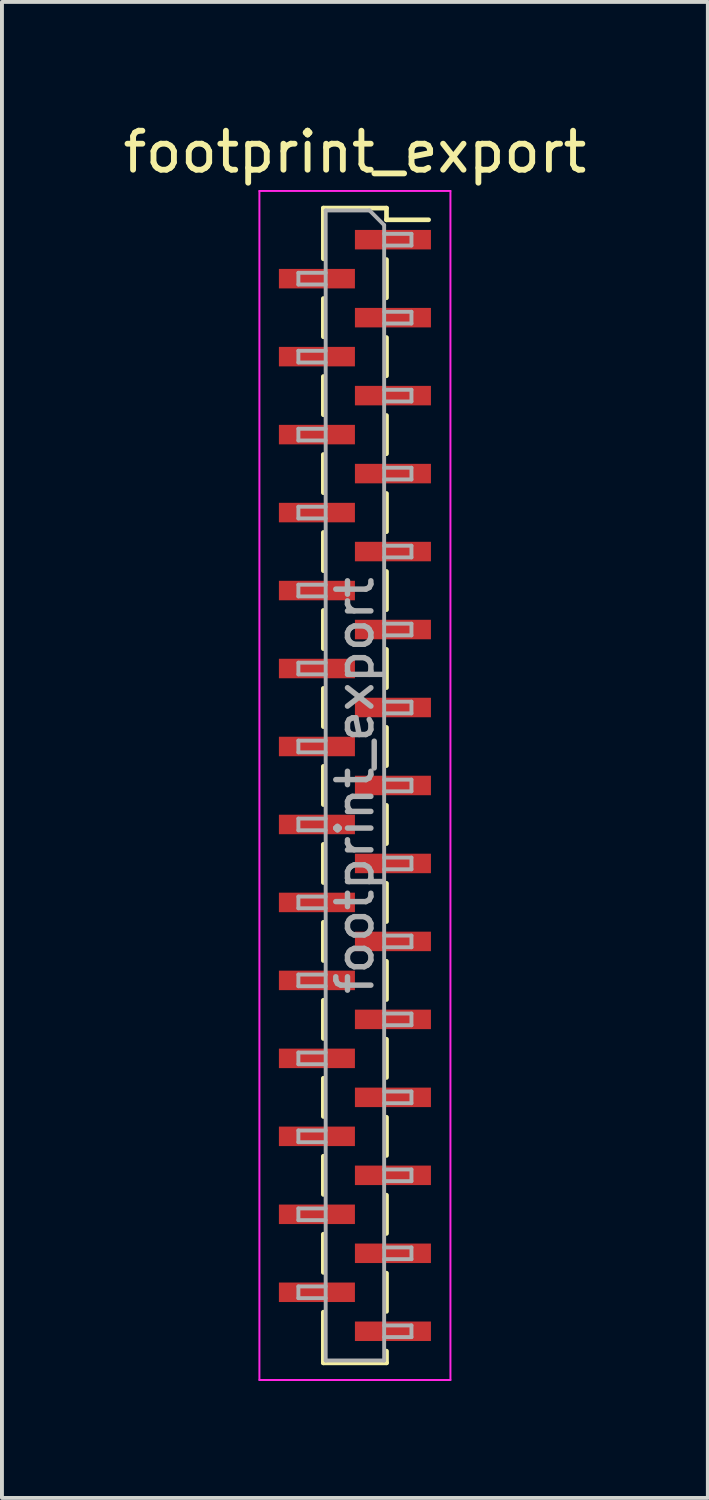
<source format=kicad_pcb>
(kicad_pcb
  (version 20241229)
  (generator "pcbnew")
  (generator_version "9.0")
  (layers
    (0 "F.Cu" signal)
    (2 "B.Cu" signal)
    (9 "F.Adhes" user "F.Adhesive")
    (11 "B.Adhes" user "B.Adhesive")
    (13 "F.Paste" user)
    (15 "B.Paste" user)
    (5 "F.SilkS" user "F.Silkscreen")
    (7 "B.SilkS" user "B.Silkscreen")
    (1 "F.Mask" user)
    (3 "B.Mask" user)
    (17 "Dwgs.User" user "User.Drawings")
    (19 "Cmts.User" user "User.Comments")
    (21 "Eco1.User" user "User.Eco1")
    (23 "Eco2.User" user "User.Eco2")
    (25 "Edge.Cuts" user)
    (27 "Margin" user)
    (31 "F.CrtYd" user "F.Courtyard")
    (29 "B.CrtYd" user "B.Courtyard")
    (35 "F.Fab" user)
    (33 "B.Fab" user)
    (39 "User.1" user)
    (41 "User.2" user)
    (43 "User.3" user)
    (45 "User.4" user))
  (footprint "footprint_export"
    (layer "F.Cu")
    (at 6.054 17.098)
    (property "Reference" "footprint_export" (at 0 -16.25 0) (layer "F.SilkS") (effects (font (size 1 1) (thickness 0.15))))
    (attr smd)
    (fp_line (start -0.81 -14.81) (end -0.81 -13.51) (stroke (width 0.12) (type solid)) (layer "F.SilkS"))
    (fp_line (start -0.81 -14.81) (end 0.81 -14.81) (stroke (width 0.12) (type solid)) (layer "F.SilkS"))
    (fp_line (start -0.81 -12.49) (end -0.81 -11.51) (stroke (width 0.12) (type solid)) (layer "F.SilkS"))
    (fp_line (start -0.81 -10.49) (end -0.81 -9.51) (stroke (width 0.12) (type solid)) (layer "F.SilkS"))
    (fp_line (start -0.81 -8.49) (end -0.81 -7.51) (stroke (width 0.12) (type solid)) (layer "F.SilkS"))
    (fp_line (start -0.81 -6.49) (end -0.81 -5.51) (stroke (width 0.12) (type solid)) (layer "F.SilkS"))
    (fp_line (start -0.81 -4.49) (end -0.81 -3.51) (stroke (width 0.12) (type solid)) (layer "F.SilkS"))
    (fp_line (start -0.81 -2.49) (end -0.81 -1.51) (stroke (width 0.12) (type solid)) (layer "F.SilkS"))
    (fp_line (start -0.81 -0.49) (end -0.81 0.49) (stroke (width 0.12) (type solid)) (layer "F.SilkS"))
    (fp_line (start -0.81 1.51) (end -0.81 2.49) (stroke (width 0.12) (type solid)) (layer "F.SilkS"))
    (fp_line (start -0.81 3.51) (end -0.81 4.49) (stroke (width 0.12) (type solid)) (layer "F.SilkS"))
    (fp_line (start -0.81 5.51) (end -0.81 6.49) (stroke (width 0.12) (type solid)) (layer "F.SilkS"))
    (fp_line (start -0.81 7.51) (end -0.81 8.49) (stroke (width 0.12) (type solid)) (layer "F.SilkS"))
    (fp_line (start -0.81 9.51) (end -0.81 10.49) (stroke (width 0.12) (type solid)) (layer "F.SilkS"))
    (fp_line (start -0.81 11.51) (end -0.81 12.49) (stroke (width 0.12) (type solid)) (layer "F.SilkS"))
    (fp_line (start -0.81 13.51) (end -0.81 14.81) (stroke (width 0.12) (type solid)) (layer "F.SilkS"))
    (fp_line (start -0.81 14.81) (end 0.81 14.81) (stroke (width 0.12) (type solid)) (layer "F.SilkS"))
    (fp_line (start 0.81 -14.81) (end 0.81 -14.51) (stroke (width 0.12) (type solid)) (layer "F.SilkS"))
    (fp_line (start 0.81 -14.51) (end 1.89 -14.51) (stroke (width 0.12) (type solid)) (layer "F.SilkS"))
    (fp_line (start 0.81 -13.49) (end 0.81 -12.51) (stroke (width 0.12) (type solid)) (layer "F.SilkS"))
    (fp_line (start 0.81 -11.49) (end 0.81 -10.51) (stroke (width 0.12) (type solid)) (layer "F.SilkS"))
    (fp_line (start 0.81 -9.49) (end 0.81 -8.51) (stroke (width 0.12) (type solid)) (layer "F.SilkS"))
    (fp_line (start 0.81 -7.49) (end 0.81 -6.51) (stroke (width 0.12) (type solid)) (layer "F.SilkS"))
    (fp_line (start 0.81 -5.49) (end 0.81 -4.51) (stroke (width 0.12) (type solid)) (layer "F.SilkS"))
    (fp_line (start 0.81 -3.49) (end 0.81 -2.51) (stroke (width 0.12) (type solid)) (layer "F.SilkS"))
    (fp_line (start 0.81 -1.49) (end 0.81 -0.51) (stroke (width 0.12) (type solid)) (layer "F.SilkS"))
    (fp_line (start 0.81 0.51) (end 0.81 1.49) (stroke (width 0.12) (type solid)) (layer "F.SilkS"))
    (fp_line (start 0.81 2.51) (end 0.81 3.49) (stroke (width 0.12) (type solid)) (layer "F.SilkS"))
    (fp_line (start 0.81 4.51) (end 0.81 5.49) (stroke (width 0.12) (type solid)) (layer "F.SilkS"))
    (fp_line (start 0.81 6.51) (end 0.81 7.49) (stroke (width 0.12) (type solid)) (layer "F.SilkS"))
    (fp_line (start 0.81 8.51) (end 0.81 9.49) (stroke (width 0.12) (type solid)) (layer "F.SilkS"))
    (fp_line (start 0.81 10.51) (end 0.81 11.49) (stroke (width 0.12) (type solid)) (layer "F.SilkS"))
    (fp_line (start 0.81 12.51) (end 0.81 13.49) (stroke (width 0.12) (type solid)) (layer "F.SilkS"))
    (fp_line (start 0.81 14.51) (end 0.81 14.81) (stroke (width 0.12) (type solid)) (layer "F.SilkS"))
    (fp_line (start -2.45 -15.25) (end 2.45 -15.25) (stroke (width 0.05) (type solid)) (layer "F.CrtYd"))
    (fp_line (start -2.45 15.25) (end -2.45 -15.25) (stroke (width 0.05) (type solid)) (layer "F.CrtYd"))
    (fp_line (start 2.45 -15.25) (end 2.45 15.25) (stroke (width 0.05) (type solid)) (layer "F.CrtYd"))
    (fp_line (start 2.45 15.25) (end -2.45 15.25) (stroke (width 0.05) (type solid)) (layer "F.CrtYd"))
    (fp_line (start -1.45 -13.15) (end -0.75 -13.15) (stroke (width 0.1) (type solid)) (layer "F.Fab"))
    (fp_line (start -1.45 -12.85) (end -1.45 -13.15) (stroke (width 0.1) (type solid)) (layer "F.Fab"))
    (fp_line (start -1.45 -11.15) (end -0.75 -11.15) (stroke (width 0.1) (type solid)) (layer "F.Fab"))
    (fp_line (start -1.45 -10.85) (end -1.45 -11.15) (stroke (width 0.1) (type solid)) (layer "F.Fab"))
    (fp_line (start -1.45 -9.15) (end -0.75 -9.15) (stroke (width 0.1) (type solid)) (layer "F.Fab"))
    (fp_line (start -1.45 -8.85) (end -1.45 -9.15) (stroke (width 0.1) (type solid)) (layer "F.Fab"))
    (fp_line (start -1.45 -7.15) (end -0.75 -7.15) (stroke (width 0.1) (type solid)) (layer "F.Fab"))
    (fp_line (start -1.45 -6.85) (end -1.45 -7.15) (stroke (width 0.1) (type solid)) (layer "F.Fab"))
    (fp_line (start -1.45 -5.15) (end -0.75 -5.15) (stroke (width 0.1) (type solid)) (layer "F.Fab"))
    (fp_line (start -1.45 -4.85) (end -1.45 -5.15) (stroke (width 0.1) (type solid)) (layer "F.Fab"))
    (fp_line (start -1.45 -3.15) (end -0.75 -3.15) (stroke (width 0.1) (type solid)) (layer "F.Fab"))
    (fp_line (start -1.45 -2.85) (end -1.45 -3.15) (stroke (width 0.1) (type solid)) (layer "F.Fab"))
    (fp_line (start -1.45 -1.15) (end -0.75 -1.15) (stroke (width 0.1) (type solid)) (layer "F.Fab"))
    (fp_line (start -1.45 -0.85) (end -1.45 -1.15) (stroke (width 0.1) (type solid)) (layer "F.Fab"))
    (fp_line (start -1.45 0.85) (end -0.75 0.85) (stroke (width 0.1) (type solid)) (layer "F.Fab"))
    (fp_line (start -1.45 1.15) (end -1.45 0.85) (stroke (width 0.1) (type solid)) (layer "F.Fab"))
    (fp_line (start -1.45 2.85) (end -0.75 2.85) (stroke (width 0.1) (type solid)) (layer "F.Fab"))
    (fp_line (start -1.45 3.15) (end -1.45 2.85) (stroke (width 0.1) (type solid)) (layer "F.Fab"))
    (fp_line (start -1.45 4.85) (end -0.75 4.85) (stroke (width 0.1) (type solid)) (layer "F.Fab"))
    (fp_line (start -1.45 5.15) (end -1.45 4.85) (stroke (width 0.1) (type solid)) (layer "F.Fab"))
    (fp_line (start -1.45 6.85) (end -0.75 6.85) (stroke (width 0.1) (type solid)) (layer "F.Fab"))
    (fp_line (start -1.45 7.15) (end -1.45 6.85) (stroke (width 0.1) (type solid)) (layer "F.Fab"))
    (fp_line (start -1.45 8.85) (end -0.75 8.85) (stroke (width 0.1) (type solid)) (layer "F.Fab"))
    (fp_line (start -1.45 9.15) (end -1.45 8.85) (stroke (width 0.1) (type solid)) (layer "F.Fab"))
    (fp_line (start -1.45 10.85) (end -0.75 10.85) (stroke (width 0.1) (type solid)) (layer "F.Fab"))
    (fp_line (start -1.45 11.15) (end -1.45 10.85) (stroke (width 0.1) (type solid)) (layer "F.Fab"))
    (fp_line (start -1.45 12.85) (end -0.75 12.85) (stroke (width 0.1) (type solid)) (layer "F.Fab"))
    (fp_line (start -1.45 13.15) (end -1.45 12.85) (stroke (width 0.1) (type solid)) (layer "F.Fab"))
    (fp_line (start -0.75 -14.75) (end 0.375 -14.75) (stroke (width 0.1) (type solid)) (layer "F.Fab"))
    (fp_line (start -0.75 -12.85) (end -1.45 -12.85) (stroke (width 0.1) (type solid)) (layer "F.Fab"))
    (fp_line (start -0.75 -10.85) (end -1.45 -10.85) (stroke (width 0.1) (type solid)) (layer "F.Fab"))
    (fp_line (start -0.75 -8.85) (end -1.45 -8.85) (stroke (width 0.1) (type solid)) (layer "F.Fab"))
    (fp_line (start -0.75 -6.85) (end -1.45 -6.85) (stroke (width 0.1) (type solid)) (layer "F.Fab"))
    (fp_line (start -0.75 -4.85) (end -1.45 -4.85) (stroke (width 0.1) (type solid)) (layer "F.Fab"))
    (fp_line (start -0.75 -2.85) (end -1.45 -2.85) (stroke (width 0.1) (type solid)) (layer "F.Fab"))
    (fp_line (start -0.75 -0.85) (end -1.45 -0.85) (stroke (width 0.1) (type solid)) (layer "F.Fab"))
    (fp_line (start -0.75 1.15) (end -1.45 1.15) (stroke (width 0.1) (type solid)) (layer "F.Fab"))
    (fp_line (start -0.75 3.15) (end -1.45 3.15) (stroke (width 0.1) (type solid)) (layer "F.Fab"))
    (fp_line (start -0.75 5.15) (end -1.45 5.15) (stroke (width 0.1) (type solid)) (layer "F.Fab"))
    (fp_line (start -0.75 7.15) (end -1.45 7.15) (stroke (width 0.1) (type solid)) (layer "F.Fab"))
    (fp_line (start -0.75 9.15) (end -1.45 9.15) (stroke (width 0.1) (type solid)) (layer "F.Fab"))
    (fp_line (start -0.75 11.15) (end -1.45 11.15) (stroke (width 0.1) (type solid)) (layer "F.Fab"))
    (fp_line (start -0.75 13.15) (end -1.45 13.15) (stroke (width 0.1) (type solid)) (layer "F.Fab"))
    (fp_line (start -0.75 14.75) (end -0.75 -14.75) (stroke (width 0.1) (type solid)) (layer "F.Fab"))
    (fp_line (start 0.375 -14.75) (end 0.75 -14.375) (stroke (width 0.1) (type solid)) (layer "F.Fab"))
    (fp_line (start 0.75 -14.375) (end 0.75 14.75) (stroke (width 0.1) (type solid)) (layer "F.Fab"))
    (fp_line (start 0.75 -14.15) (end 1.45 -14.15) (stroke (width 0.1) (type solid)) (layer "F.Fab"))
    (fp_line (start 0.75 -12.15) (end 1.45 -12.15) (stroke (width 0.1) (type solid)) (layer "F.Fab"))
    (fp_line (start 0.75 -10.15) (end 1.45 -10.15) (stroke (width 0.1) (type solid)) (layer "F.Fab"))
    (fp_line (start 0.75 -8.15) (end 1.45 -8.15) (stroke (width 0.1) (type solid)) (layer "F.Fab"))
    (fp_line (start 0.75 -6.15) (end 1.45 -6.15) (stroke (width 0.1) (type solid)) (layer "F.Fab"))
    (fp_line (start 0.75 -4.15) (end 1.45 -4.15) (stroke (width 0.1) (type solid)) (layer "F.Fab"))
    (fp_line (start 0.75 -2.15) (end 1.45 -2.15) (stroke (width 0.1) (type solid)) (layer "F.Fab"))
    (fp_line (start 0.75 -0.15) (end 1.45 -0.15) (stroke (width 0.1) (type solid)) (layer "F.Fab"))
    (fp_line (start 0.75 1.85) (end 1.45 1.85) (stroke (width 0.1) (type solid)) (layer "F.Fab"))
    (fp_line (start 0.75 3.85) (end 1.45 3.85) (stroke (width 0.1) (type solid)) (layer "F.Fab"))
    (fp_line (start 0.75 5.85) (end 1.45 5.85) (stroke (width 0.1) (type solid)) (layer "F.Fab"))
    (fp_line (start 0.75 7.85) (end 1.45 7.85) (stroke (width 0.1) (type solid)) (layer "F.Fab"))
    (fp_line (start 0.75 9.85) (end 1.45 9.85) (stroke (width 0.1) (type solid)) (layer "F.Fab"))
    (fp_line (start 0.75 11.85) (end 1.45 11.85) (stroke (width 0.1) (type solid)) (layer "F.Fab"))
    (fp_line (start 0.75 13.85) (end 1.45 13.85) (stroke (width 0.1) (type solid)) (layer "F.Fab"))
    (fp_line (start 0.75 14.75) (end -0.75 14.75) (stroke (width 0.1) (type solid)) (layer "F.Fab"))
    (fp_line (start 1.45 -14.15) (end 1.45 -13.85) (stroke (width 0.1) (type solid)) (layer "F.Fab"))
    (fp_line (start 1.45 -13.85) (end 0.75 -13.85) (stroke (width 0.1) (type solid)) (layer "F.Fab"))
    (fp_line (start 1.45 -12.15) (end 1.45 -11.85) (stroke (width 0.1) (type solid)) (layer "F.Fab"))
    (fp_line (start 1.45 -11.85) (end 0.75 -11.85) (stroke (width 0.1) (type solid)) (layer "F.Fab"))
    (fp_line (start 1.45 -10.15) (end 1.45 -9.85) (stroke (width 0.1) (type solid)) (layer "F.Fab"))
    (fp_line (start 1.45 -9.85) (end 0.75 -9.85) (stroke (width 0.1) (type solid)) (layer "F.Fab"))
    (fp_line (start 1.45 -8.15) (end 1.45 -7.85) (stroke (width 0.1) (type solid)) (layer "F.Fab"))
    (fp_line (start 1.45 -7.85) (end 0.75 -7.85) (stroke (width 0.1) (type solid)) (layer "F.Fab"))
    (fp_line (start 1.45 -6.15) (end 1.45 -5.85) (stroke (width 0.1) (type solid)) (layer "F.Fab"))
    (fp_line (start 1.45 -5.85) (end 0.75 -5.85) (stroke (width 0.1) (type solid)) (layer "F.Fab"))
    (fp_line (start 1.45 -4.15) (end 1.45 -3.85) (stroke (width 0.1) (type solid)) (layer "F.Fab"))
    (fp_line (start 1.45 -3.85) (end 0.75 -3.85) (stroke (width 0.1) (type solid)) (layer "F.Fab"))
    (fp_line (start 1.45 -2.15) (end 1.45 -1.85) (stroke (width 0.1) (type solid)) (layer "F.Fab"))
    (fp_line (start 1.45 -1.85) (end 0.75 -1.85) (stroke (width 0.1) (type solid)) (layer "F.Fab"))
    (fp_line (start 1.45 -0.15) (end 1.45 0.15) (stroke (width 0.1) (type solid)) (layer "F.Fab"))
    (fp_line (start 1.45 0.15) (end 0.75 0.15) (stroke (width 0.1) (type solid)) (layer "F.Fab"))
    (fp_line (start 1.45 1.85) (end 1.45 2.15) (stroke (width 0.1) (type solid)) (layer "F.Fab"))
    (fp_line (start 1.45 2.15) (end 0.75 2.15) (stroke (width 0.1) (type solid)) (layer "F.Fab"))
    (fp_line (start 1.45 3.85) (end 1.45 4.15) (stroke (width 0.1) (type solid)) (layer "F.Fab"))
    (fp_line (start 1.45 4.15) (end 0.75 4.15) (stroke (width 0.1) (type solid)) (layer "F.Fab"))
    (fp_line (start 1.45 5.85) (end 1.45 6.15) (stroke (width 0.1) (type solid)) (layer "F.Fab"))
    (fp_line (start 1.45 6.15) (end 0.75 6.15) (stroke (width 0.1) (type solid)) (layer "F.Fab"))
    (fp_line (start 1.45 7.85) (end 1.45 8.15) (stroke (width 0.1) (type solid)) (layer "F.Fab"))
    (fp_line (start 1.45 8.15) (end 0.75 8.15) (stroke (width 0.1) (type solid)) (layer "F.Fab"))
    (fp_line (start 1.45 9.85) (end 1.45 10.15) (stroke (width 0.1) (type solid)) (layer "F.Fab"))
    (fp_line (start 1.45 10.15) (end 0.75 10.15) (stroke (width 0.1) (type solid)) (layer "F.Fab"))
    (fp_line (start 1.45 11.85) (end 1.45 12.15) (stroke (width 0.1) (type solid)) (layer "F.Fab"))
    (fp_line (start 1.45 12.15) (end 0.75 12.15) (stroke (width 0.1) (type solid)) (layer "F.Fab"))
    (fp_line (start 1.45 13.85) (end 1.45 14.15) (stroke (width 0.1) (type solid)) (layer "F.Fab"))
    (fp_line (start 1.45 14.15) (end 0.75 14.15) (stroke (width 0.1) (type solid)) (layer "F.Fab"))
    (fp_text user "${REFERENCE}" (at 0 0 90) (layer "F.Fab") (effects (font (size 0.9 0.9) (thickness 0.14))))
    (pad "1" smd rect (at 0.975 -14) (size 1.95 0.5) (layers "F.Cu" "F.Mask" "F.Paste"))
    (pad "2" smd rect (at -0.975 -13) (size 1.95 0.5) (layers "F.Cu" "F.Mask" "F.Paste"))
    (pad "3" smd rect (at 0.975 -12) (size 1.95 0.5) (layers "F.Cu" "F.Mask" "F.Paste"))
    (pad "4" smd rect (at -0.975 -11) (size 1.95 0.5) (layers "F.Cu" "F.Mask" "F.Paste"))
    (pad "5" smd rect (at 0.975 -10) (size 1.95 0.5) (layers "F.Cu" "F.Mask" "F.Paste"))
    (pad "6" smd rect (at -0.975 -9) (size 1.95 0.5) (layers "F.Cu" "F.Mask" "F.Paste"))
    (pad "7" smd rect (at 0.975 -8) (size 1.95 0.5) (layers "F.Cu" "F.Mask" "F.Paste"))
    (pad "8" smd rect (at -0.975 -7) (size 1.95 0.5) (layers "F.Cu" "F.Mask" "F.Paste"))
    (pad "9" smd rect (at 0.975 -6) (size 1.95 0.5) (layers "F.Cu" "F.Mask" "F.Paste"))
    (pad "10" smd rect (at -0.975 -5) (size 1.95 0.5) (layers "F.Cu" "F.Mask" "F.Paste"))
    (pad "11" smd rect (at 0.975 -4) (size 1.95 0.5) (layers "F.Cu" "F.Mask" "F.Paste"))
    (pad "12" smd rect (at -0.975 -3) (size 1.95 0.5) (layers "F.Cu" "F.Mask" "F.Paste"))
    (pad "13" smd rect (at 0.975 -2) (size 1.95 0.5) (layers "F.Cu" "F.Mask" "F.Paste"))
    (pad "14" smd rect (at -0.975 -1) (size 1.95 0.5) (layers "F.Cu" "F.Mask" "F.Paste"))
    (pad "15" smd rect (at 0.975 0) (size 1.95 0.5) (layers "F.Cu" "F.Mask" "F.Paste"))
    (pad "16" smd rect (at -0.975 1) (size 1.95 0.5) (layers "F.Cu" "F.Mask" "F.Paste"))
    (pad "17" smd rect (at 0.975 2) (size 1.95 0.5) (layers "F.Cu" "F.Mask" "F.Paste"))
    (pad "18" smd rect (at -0.975 3) (size 1.95 0.5) (layers "F.Cu" "F.Mask" "F.Paste"))
    (pad "19" smd rect (at 0.975 4) (size 1.95 0.5) (layers "F.Cu" "F.Mask" "F.Paste"))
    (pad "20" smd rect (at -0.975 5) (size 1.95 0.5) (layers "F.Cu" "F.Mask" "F.Paste"))
    (pad "21" smd rect (at 0.975 6) (size 1.95 0.5) (layers "F.Cu" "F.Mask" "F.Paste"))
    (pad "22" smd rect (at -0.975 7) (size 1.95 0.5) (layers "F.Cu" "F.Mask" "F.Paste"))
    (pad "23" smd rect (at 0.975 8) (size 1.95 0.5) (layers "F.Cu" "F.Mask" "F.Paste"))
    (pad "24" smd rect (at -0.975 9) (size 1.95 0.5) (layers "F.Cu" "F.Mask" "F.Paste"))
    (pad "25" smd rect (at 0.975 10) (size 1.95 0.5) (layers "F.Cu" "F.Mask" "F.Paste"))
    (pad "26" smd rect (at -0.975 11) (size 1.95 0.5) (layers "F.Cu" "F.Mask" "F.Paste"))
    (pad "27" smd rect (at 0.975 12) (size 1.95 0.5) (layers "F.Cu" "F.Mask" "F.Paste"))
    (pad "28" smd rect (at -0.975 13) (size 1.95 0.5) (layers "F.Cu" "F.Mask" "F.Paste"))
    (pad "29" smd rect (at 0.975 14) (size 1.95 0.5) (layers "F.Cu" "F.Mask" "F.Paste")))
  (gr_rect
    (start -3 -3)
    (end 15.107 35.373)
    (stroke (width 0.1) (type default))
    (fill no)
    (layer "Edge.Cuts")))
</source>
